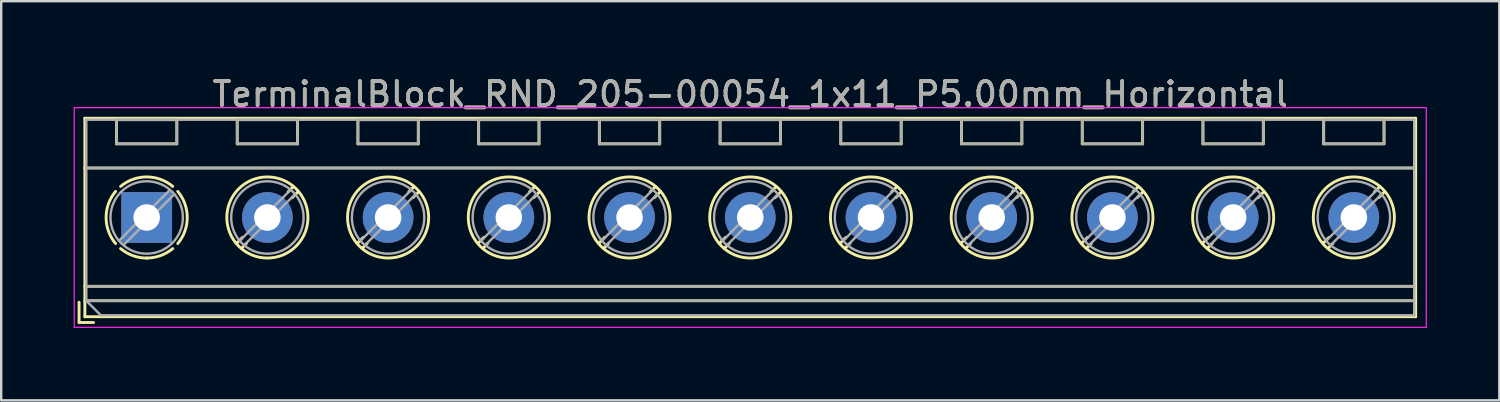
<source format=kicad_pcb>
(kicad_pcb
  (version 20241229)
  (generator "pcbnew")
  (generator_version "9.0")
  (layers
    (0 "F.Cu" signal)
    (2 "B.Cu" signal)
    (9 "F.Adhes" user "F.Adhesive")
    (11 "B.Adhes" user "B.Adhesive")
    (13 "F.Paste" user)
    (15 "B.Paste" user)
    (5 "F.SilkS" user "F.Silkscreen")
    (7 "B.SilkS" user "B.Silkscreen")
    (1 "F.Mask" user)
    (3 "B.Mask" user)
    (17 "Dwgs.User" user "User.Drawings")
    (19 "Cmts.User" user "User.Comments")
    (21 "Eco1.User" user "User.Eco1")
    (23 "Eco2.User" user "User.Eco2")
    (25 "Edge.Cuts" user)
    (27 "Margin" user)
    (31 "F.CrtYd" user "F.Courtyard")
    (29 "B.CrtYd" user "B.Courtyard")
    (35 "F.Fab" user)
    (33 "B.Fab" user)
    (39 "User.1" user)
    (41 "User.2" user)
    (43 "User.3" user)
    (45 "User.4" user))
  (footprint "TerminalBlock_RND_205-00054_1x11_P5.00mm_Horizontal"
    (layer "F.Cu")
    (at 3.025 5.958)
    (property "Reference" "TerminalBlock_RND_205-00054_1x11_P5.00mm_Horizontal" (at 25 -5.11 0) (layer "F.SilkS") (effects (font (size 1 1) (thickness 0.15))))
    (attr through_hole)
    (fp_line (start -2.8 3.51) (end -2.8 4.35) (stroke (width 0.12) (type solid)) (layer "F.SilkS"))
    (fp_line (start -2.8 4.35) (end -2.2 4.35) (stroke (width 0.12) (type solid)) (layer "F.SilkS"))
    (fp_line (start -2.56 -4.11) (end -2.56 4.11) (stroke (width 0.12) (type solid)) (layer "F.SilkS"))
    (fp_line (start -2.56 -4.11) (end 52.56 -4.11) (stroke (width 0.12) (type solid)) (layer "F.SilkS"))
    (fp_line (start -2.56 -2.05) (end 52.56 -2.05) (stroke (width 0.12) (type solid)) (layer "F.SilkS"))
    (fp_line (start -2.56 2.85) (end 52.56 2.85) (stroke (width 0.12) (type solid)) (layer "F.SilkS"))
    (fp_line (start -2.56 3.45) (end 52.56 3.45) (stroke (width 0.12) (type solid)) (layer "F.SilkS"))
    (fp_line (start -2.56 4.11) (end 52.56 4.11) (stroke (width 0.12) (type solid)) (layer "F.SilkS"))
    (fp_line (start -1.25 -4.05) (end -1.25 -3.05) (stroke (width 0.12) (type solid)) (layer "F.SilkS"))
    (fp_line (start -1.25 -4.05) (end 1.25 -4.05) (stroke (width 0.12) (type solid)) (layer "F.SilkS"))
    (fp_line (start -1.25 -3.05) (end 1.25 -3.05) (stroke (width 0.12) (type solid)) (layer "F.SilkS"))
    (fp_line (start 1.25 -4.05) (end 1.25 -3.05) (stroke (width 0.12) (type solid)) (layer "F.SilkS"))
    (fp_line (start 3.75 -4.05) (end 3.75 -3.05) (stroke (width 0.12) (type solid)) (layer "F.SilkS"))
    (fp_line (start 3.75 -4.05) (end 6.25 -4.05) (stroke (width 0.12) (type solid)) (layer "F.SilkS"))
    (fp_line (start 3.75 -3.05) (end 6.25 -3.05) (stroke (width 0.12) (type solid)) (layer "F.SilkS"))
    (fp_line (start 3.972 0.823) (end 3.726 1.069) (stroke (width 0.12) (type solid)) (layer "F.SilkS"))
    (fp_line (start 4.13 1.075) (end 3.931 1.274) (stroke (width 0.12) (type solid)) (layer "F.SilkS"))
    (fp_line (start 6.07 -1.275) (end 5.859 -1.064) (stroke (width 0.12) (type solid)) (layer "F.SilkS"))
    (fp_line (start 6.25 -4.05) (end 6.25 -3.05) (stroke (width 0.12) (type solid)) (layer "F.SilkS"))
    (fp_line (start 6.275 -1.069) (end 6.029 -0.823) (stroke (width 0.12) (type solid)) (layer "F.SilkS"))
    (fp_line (start 8.75 -4.05) (end 8.75 -3.05) (stroke (width 0.12) (type solid)) (layer "F.SilkS"))
    (fp_line (start 8.75 -4.05) (end 11.25 -4.05) (stroke (width 0.12) (type solid)) (layer "F.SilkS"))
    (fp_line (start 8.75 -3.05) (end 11.25 -3.05) (stroke (width 0.12) (type solid)) (layer "F.SilkS"))
    (fp_line (start 8.972 0.823) (end 8.726 1.069) (stroke (width 0.12) (type solid)) (layer "F.SilkS"))
    (fp_line (start 9.13 1.075) (end 8.931 1.274) (stroke (width 0.12) (type solid)) (layer "F.SilkS"))
    (fp_line (start 11.07 -1.275) (end 10.859 -1.064) (stroke (width 0.12) (type solid)) (layer "F.SilkS"))
    (fp_line (start 11.25 -4.05) (end 11.25 -3.05) (stroke (width 0.12) (type solid)) (layer "F.SilkS"))
    (fp_line (start 11.275 -1.069) (end 11.029 -0.823) (stroke (width 0.12) (type solid)) (layer "F.SilkS"))
    (fp_line (start 13.75 -4.05) (end 13.75 -3.05) (stroke (width 0.12) (type solid)) (layer "F.SilkS"))
    (fp_line (start 13.75 -4.05) (end 16.25 -4.05) (stroke (width 0.12) (type solid)) (layer "F.SilkS"))
    (fp_line (start 13.75 -3.05) (end 16.25 -3.05) (stroke (width 0.12) (type solid)) (layer "F.SilkS"))
    (fp_line (start 13.972 0.823) (end 13.726 1.069) (stroke (width 0.12) (type solid)) (layer "F.SilkS"))
    (fp_line (start 14.13 1.075) (end 13.931 1.274) (stroke (width 0.12) (type solid)) (layer "F.SilkS"))
    (fp_line (start 16.07 -1.275) (end 15.859 -1.064) (stroke (width 0.12) (type solid)) (layer "F.SilkS"))
    (fp_line (start 16.25 -4.05) (end 16.25 -3.05) (stroke (width 0.12) (type solid)) (layer "F.SilkS"))
    (fp_line (start 16.275 -1.069) (end 16.029 -0.823) (stroke (width 0.12) (type solid)) (layer "F.SilkS"))
    (fp_line (start 18.75 -4.05) (end 18.75 -3.05) (stroke (width 0.12) (type solid)) (layer "F.SilkS"))
    (fp_line (start 18.75 -4.05) (end 21.25 -4.05) (stroke (width 0.12) (type solid)) (layer "F.SilkS"))
    (fp_line (start 18.75 -3.05) (end 21.25 -3.05) (stroke (width 0.12) (type solid)) (layer "F.SilkS"))
    (fp_line (start 18.972 0.823) (end 18.726 1.069) (stroke (width 0.12) (type solid)) (layer "F.SilkS"))
    (fp_line (start 19.13 1.075) (end 18.931 1.274) (stroke (width 0.12) (type solid)) (layer "F.SilkS"))
    (fp_line (start 21.07 -1.275) (end 20.859 -1.064) (stroke (width 0.12) (type solid)) (layer "F.SilkS"))
    (fp_line (start 21.25 -4.05) (end 21.25 -3.05) (stroke (width 0.12) (type solid)) (layer "F.SilkS"))
    (fp_line (start 21.275 -1.069) (end 21.029 -0.823) (stroke (width 0.12) (type solid)) (layer "F.SilkS"))
    (fp_line (start 23.75 -4.05) (end 23.75 -3.05) (stroke (width 0.12) (type solid)) (layer "F.SilkS"))
    (fp_line (start 23.75 -4.05) (end 26.25 -4.05) (stroke (width 0.12) (type solid)) (layer "F.SilkS"))
    (fp_line (start 23.75 -3.05) (end 26.25 -3.05) (stroke (width 0.12) (type solid)) (layer "F.SilkS"))
    (fp_line (start 23.972 0.823) (end 23.726 1.069) (stroke (width 0.12) (type solid)) (layer "F.SilkS"))
    (fp_line (start 24.13 1.075) (end 23.931 1.274) (stroke (width 0.12) (type solid)) (layer "F.SilkS"))
    (fp_line (start 26.07 -1.275) (end 25.859 -1.064) (stroke (width 0.12) (type solid)) (layer "F.SilkS"))
    (fp_line (start 26.25 -4.05) (end 26.25 -3.05) (stroke (width 0.12) (type solid)) (layer "F.SilkS"))
    (fp_line (start 26.275 -1.069) (end 26.029 -0.823) (stroke (width 0.12) (type solid)) (layer "F.SilkS"))
    (fp_line (start 28.75 -4.05) (end 28.75 -3.05) (stroke (width 0.12) (type solid)) (layer "F.SilkS"))
    (fp_line (start 28.75 -4.05) (end 31.25 -4.05) (stroke (width 0.12) (type solid)) (layer "F.SilkS"))
    (fp_line (start 28.75 -3.05) (end 31.25 -3.05) (stroke (width 0.12) (type solid)) (layer "F.SilkS"))
    (fp_line (start 28.972 0.823) (end 28.726 1.069) (stroke (width 0.12) (type solid)) (layer "F.SilkS"))
    (fp_line (start 29.13 1.075) (end 28.931 1.274) (stroke (width 0.12) (type solid)) (layer "F.SilkS"))
    (fp_line (start 31.07 -1.275) (end 30.859 -1.064) (stroke (width 0.12) (type solid)) (layer "F.SilkS"))
    (fp_line (start 31.25 -4.05) (end 31.25 -3.05) (stroke (width 0.12) (type solid)) (layer "F.SilkS"))
    (fp_line (start 31.275 -1.069) (end 31.029 -0.823) (stroke (width 0.12) (type solid)) (layer "F.SilkS"))
    (fp_line (start 33.75 -4.05) (end 33.75 -3.05) (stroke (width 0.12) (type solid)) (layer "F.SilkS"))
    (fp_line (start 33.75 -4.05) (end 36.25 -4.05) (stroke (width 0.12) (type solid)) (layer "F.SilkS"))
    (fp_line (start 33.75 -3.05) (end 36.25 -3.05) (stroke (width 0.12) (type solid)) (layer "F.SilkS"))
    (fp_line (start 33.972 0.823) (end 33.726 1.069) (stroke (width 0.12) (type solid)) (layer "F.SilkS"))
    (fp_line (start 34.13 1.075) (end 33.931 1.274) (stroke (width 0.12) (type solid)) (layer "F.SilkS"))
    (fp_line (start 36.07 -1.275) (end 35.859 -1.064) (stroke (width 0.12) (type solid)) (layer "F.SilkS"))
    (fp_line (start 36.25 -4.05) (end 36.25 -3.05) (stroke (width 0.12) (type solid)) (layer "F.SilkS"))
    (fp_line (start 36.275 -1.069) (end 36.029 -0.823) (stroke (width 0.12) (type solid)) (layer "F.SilkS"))
    (fp_line (start 38.75 -4.05) (end 38.75 -3.05) (stroke (width 0.12) (type solid)) (layer "F.SilkS"))
    (fp_line (start 38.75 -4.05) (end 41.25 -4.05) (stroke (width 0.12) (type solid)) (layer "F.SilkS"))
    (fp_line (start 38.75 -3.05) (end 41.25 -3.05) (stroke (width 0.12) (type solid)) (layer "F.SilkS"))
    (fp_line (start 38.972 0.823) (end 38.726 1.069) (stroke (width 0.12) (type solid)) (layer "F.SilkS"))
    (fp_line (start 39.13 1.075) (end 38.931 1.274) (stroke (width 0.12) (type solid)) (layer "F.SilkS"))
    (fp_line (start 41.07 -1.275) (end 40.859 -1.064) (stroke (width 0.12) (type solid)) (layer "F.SilkS"))
    (fp_line (start 41.25 -4.05) (end 41.25 -3.05) (stroke (width 0.12) (type solid)) (layer "F.SilkS"))
    (fp_line (start 41.275 -1.069) (end 41.029 -0.823) (stroke (width 0.12) (type solid)) (layer "F.SilkS"))
    (fp_line (start 43.75 -4.05) (end 43.75 -3.05) (stroke (width 0.12) (type solid)) (layer "F.SilkS"))
    (fp_line (start 43.75 -4.05) (end 46.25 -4.05) (stroke (width 0.12) (type solid)) (layer "F.SilkS"))
    (fp_line (start 43.75 -3.05) (end 46.25 -3.05) (stroke (width 0.12) (type solid)) (layer "F.SilkS"))
    (fp_line (start 43.972 0.823) (end 43.726 1.069) (stroke (width 0.12) (type solid)) (layer "F.SilkS"))
    (fp_line (start 44.13 1.075) (end 43.931 1.274) (stroke (width 0.12) (type solid)) (layer "F.SilkS"))
    (fp_line (start 46.07 -1.275) (end 45.859 -1.064) (stroke (width 0.12) (type solid)) (layer "F.SilkS"))
    (fp_line (start 46.25 -4.05) (end 46.25 -3.05) (stroke (width 0.12) (type solid)) (layer "F.SilkS"))
    (fp_line (start 46.275 -1.069) (end 46.029 -0.823) (stroke (width 0.12) (type solid)) (layer "F.SilkS"))
    (fp_line (start 48.75 -4.05) (end 48.75 -3.05) (stroke (width 0.12) (type solid)) (layer "F.SilkS"))
    (fp_line (start 48.75 -4.05) (end 51.25 -4.05) (stroke (width 0.12) (type solid)) (layer "F.SilkS"))
    (fp_line (start 48.75 -3.05) (end 51.25 -3.05) (stroke (width 0.12) (type solid)) (layer "F.SilkS"))
    (fp_line (start 48.972 0.823) (end 48.726 1.069) (stroke (width 0.12) (type solid)) (layer "F.SilkS"))
    (fp_line (start 49.13 1.075) (end 48.931 1.274) (stroke (width 0.12) (type solid)) (layer "F.SilkS"))
    (fp_line (start 51.07 -1.275) (end 50.859 -1.064) (stroke (width 0.12) (type solid)) (layer "F.SilkS"))
    (fp_line (start 51.25 -4.05) (end 51.25 -3.05) (stroke (width 0.12) (type solid)) (layer "F.SilkS"))
    (fp_line (start 51.275 -1.069) (end 51.029 -0.823) (stroke (width 0.12) (type solid)) (layer "F.SilkS"))
    (fp_line (start 52.56 -4.11) (end 52.56 4.11) (stroke (width 0.12) (type solid)) (layer "F.SilkS"))
    (fp_arc (start -1.288062 1.079734) (mid -1.680752 -0.000826) (end -1.287 -1.081) (stroke (width 0.12) (type solid)) (layer "F.SilkS"))
    (fp_arc (start -1.079908 -1.287078) (mid 0.00006 -1.68011) (end 1.08 -1.287) (stroke (width 0.12) (type solid)) (layer "F.SilkS"))
    (fp_arc (start 0.028507 1.680511) (mid -0.561826 1.584071) (end -1.081 1.287) (stroke (width 0.12) (type solid)) (layer "F.SilkS"))
    (fp_arc (start 1.079883 1.286955) (mid 0.574594 1.578684) (end 0 1.68) (stroke (width 0.12) (type solid)) (layer "F.SilkS"))
    (fp_arc (start 1.287078 -1.079908) (mid 1.68011 0.00006) (end 1.287 1.08) (stroke (width 0.12) (type solid)) (layer "F.SilkS"))
    (fp_circle (center 5 0) (end 6.68 0) (stroke (width 0.12) (type solid)) (fill no) (layer "F.SilkS"))
    (fp_circle (center 10 0) (end 11.68 0) (stroke (width 0.12) (type solid)) (fill no) (layer "F.SilkS"))
    (fp_circle (center 15 0) (end 16.68 0) (stroke (width 0.12) (type solid)) (fill no) (layer "F.SilkS"))
    (fp_circle (center 20 0) (end 21.68 0) (stroke (width 0.12) (type solid)) (fill no) (layer "F.SilkS"))
    (fp_circle (center 25 0) (end 26.68 0) (stroke (width 0.12) (type solid)) (fill no) (layer "F.SilkS"))
    (fp_circle (center 30 0) (end 31.68 0) (stroke (width 0.12) (type solid)) (fill no) (layer "F.SilkS"))
    (fp_circle (center 35 0) (end 36.68 0) (stroke (width 0.12) (type solid)) (fill no) (layer "F.SilkS"))
    (fp_circle (center 40 0) (end 41.68 0) (stroke (width 0.12) (type solid)) (fill no) (layer "F.SilkS"))
    (fp_circle (center 45 0) (end 46.68 0) (stroke (width 0.12) (type solid)) (fill no) (layer "F.SilkS"))
    (fp_circle (center 50 0) (end 51.68 0) (stroke (width 0.12) (type solid)) (fill no) (layer "F.SilkS"))
    (fp_line (start -3 -4.55) (end -3 4.55) (stroke (width 0.05) (type solid)) (layer "F.CrtYd"))
    (fp_line (start -3 4.55) (end 53 4.55) (stroke (width 0.05) (type solid)) (layer "F.CrtYd"))
    (fp_line (start 53 -4.55) (end -3 -4.55) (stroke (width 0.05) (type solid)) (layer "F.CrtYd"))
    (fp_line (start 53 4.55) (end 53 -4.55) (stroke (width 0.05) (type solid)) (layer "F.CrtYd"))
    (fp_line (start -2.5 -4.05) (end 52.5 -4.05) (stroke (width 0.1) (type solid)) (layer "F.Fab"))
    (fp_line (start -2.5 -2.05) (end 52.5 -2.05) (stroke (width 0.1) (type solid)) (layer "F.Fab"))
    (fp_line (start -2.5 2.85) (end 52.5 2.85) (stroke (width 0.1) (type solid)) (layer "F.Fab"))
    (fp_line (start -2.5 3.45) (end -2.5 -4.05) (stroke (width 0.1) (type solid)) (layer "F.Fab"))
    (fp_line (start -2.5 3.45) (end 52.5 3.45) (stroke (width 0.1) (type solid)) (layer "F.Fab"))
    (fp_line (start -1.9 4.05) (end -2.5 3.45) (stroke (width 0.1) (type solid)) (layer "F.Fab"))
    (fp_line (start -1.25 -4.05) (end -1.25 -3.05) (stroke (width 0.1) (type solid)) (layer "F.Fab"))
    (fp_line (start -1.25 -3.05) (end 1.25 -3.05) (stroke (width 0.1) (type solid)) (layer "F.Fab"))
    (fp_line (start 0.955 -1.138) (end -1.138 0.955) (stroke (width 0.1) (type solid)) (layer "F.Fab"))
    (fp_line (start 1.138 -0.955) (end -0.955 1.138) (stroke (width 0.1) (type solid)) (layer "F.Fab"))
    (fp_line (start 1.25 -4.05) (end -1.25 -4.05) (stroke (width 0.1) (type solid)) (layer "F.Fab"))
    (fp_line (start 1.25 -3.05) (end 1.25 -4.05) (stroke (width 0.1) (type solid)) (layer "F.Fab"))
    (fp_line (start 3.75 -4.05) (end 3.75 -3.05) (stroke (width 0.1) (type solid)) (layer "F.Fab"))
    (fp_line (start 3.75 -3.05) (end 6.25 -3.05) (stroke (width 0.1) (type solid)) (layer "F.Fab"))
    (fp_line (start 5.955 -1.138) (end 3.863 0.955) (stroke (width 0.1) (type solid)) (layer "F.Fab"))
    (fp_line (start 6.138 -0.955) (end 4.046 1.138) (stroke (width 0.1) (type solid)) (layer "F.Fab"))
    (fp_line (start 6.25 -4.05) (end 3.75 -4.05) (stroke (width 0.1) (type solid)) (layer "F.Fab"))
    (fp_line (start 6.25 -3.05) (end 6.25 -4.05) (stroke (width 0.1) (type solid)) (layer "F.Fab"))
    (fp_line (start 8.75 -4.05) (end 8.75 -3.05) (stroke (width 0.1) (type solid)) (layer "F.Fab"))
    (fp_line (start 8.75 -3.05) (end 11.25 -3.05) (stroke (width 0.1) (type solid)) (layer "F.Fab"))
    (fp_line (start 10.955 -1.138) (end 8.863 0.955) (stroke (width 0.1) (type solid)) (layer "F.Fab"))
    (fp_line (start 11.138 -0.955) (end 9.046 1.138) (stroke (width 0.1) (type solid)) (layer "F.Fab"))
    (fp_line (start 11.25 -4.05) (end 8.75 -4.05) (stroke (width 0.1) (type solid)) (layer "F.Fab"))
    (fp_line (start 11.25 -3.05) (end 11.25 -4.05) (stroke (width 0.1) (type solid)) (layer "F.Fab"))
    (fp_line (start 13.75 -4.05) (end 13.75 -3.05) (stroke (width 0.1) (type solid)) (layer "F.Fab"))
    (fp_line (start 13.75 -3.05) (end 16.25 -3.05) (stroke (width 0.1) (type solid)) (layer "F.Fab"))
    (fp_line (start 15.955 -1.138) (end 13.863 0.955) (stroke (width 0.1) (type solid)) (layer "F.Fab"))
    (fp_line (start 16.138 -0.955) (end 14.046 1.138) (stroke (width 0.1) (type solid)) (layer "F.Fab"))
    (fp_line (start 16.25 -4.05) (end 13.75 -4.05) (stroke (width 0.1) (type solid)) (layer "F.Fab"))
    (fp_line (start 16.25 -3.05) (end 16.25 -4.05) (stroke (width 0.1) (type solid)) (layer "F.Fab"))
    (fp_line (start 18.75 -4.05) (end 18.75 -3.05) (stroke (width 0.1) (type solid)) (layer "F.Fab"))
    (fp_line (start 18.75 -3.05) (end 21.25 -3.05) (stroke (width 0.1) (type solid)) (layer "F.Fab"))
    (fp_line (start 20.955 -1.138) (end 18.863 0.955) (stroke (width 0.1) (type solid)) (layer "F.Fab"))
    (fp_line (start 21.138 -0.955) (end 19.046 1.138) (stroke (width 0.1) (type solid)) (layer "F.Fab"))
    (fp_line (start 21.25 -4.05) (end 18.75 -4.05) (stroke (width 0.1) (type solid)) (layer "F.Fab"))
    (fp_line (start 21.25 -3.05) (end 21.25 -4.05) (stroke (width 0.1) (type solid)) (layer "F.Fab"))
    (fp_line (start 23.75 -4.05) (end 23.75 -3.05) (stroke (width 0.1) (type solid)) (layer "F.Fab"))
    (fp_line (start 23.75 -3.05) (end 26.25 -3.05) (stroke (width 0.1) (type solid)) (layer "F.Fab"))
    (fp_line (start 25.955 -1.138) (end 23.863 0.955) (stroke (width 0.1) (type solid)) (layer "F.Fab"))
    (fp_line (start 26.138 -0.955) (end 24.046 1.138) (stroke (width 0.1) (type solid)) (layer "F.Fab"))
    (fp_line (start 26.25 -4.05) (end 23.75 -4.05) (stroke (width 0.1) (type solid)) (layer "F.Fab"))
    (fp_line (start 26.25 -3.05) (end 26.25 -4.05) (stroke (width 0.1) (type solid)) (layer "F.Fab"))
    (fp_line (start 28.75 -4.05) (end 28.75 -3.05) (stroke (width 0.1) (type solid)) (layer "F.Fab"))
    (fp_line (start 28.75 -3.05) (end 31.25 -3.05) (stroke (width 0.1) (type solid)) (layer "F.Fab"))
    (fp_line (start 30.955 -1.138) (end 28.863 0.955) (stroke (width 0.1) (type solid)) (layer "F.Fab"))
    (fp_line (start 31.138 -0.955) (end 29.046 1.138) (stroke (width 0.1) (type solid)) (layer "F.Fab"))
    (fp_line (start 31.25 -4.05) (end 28.75 -4.05) (stroke (width 0.1) (type solid)) (layer "F.Fab"))
    (fp_line (start 31.25 -3.05) (end 31.25 -4.05) (stroke (width 0.1) (type solid)) (layer "F.Fab"))
    (fp_line (start 33.75 -4.05) (end 33.75 -3.05) (stroke (width 0.1) (type solid)) (layer "F.Fab"))
    (fp_line (start 33.75 -3.05) (end 36.25 -3.05) (stroke (width 0.1) (type solid)) (layer "F.Fab"))
    (fp_line (start 35.955 -1.138) (end 33.863 0.955) (stroke (width 0.1) (type solid)) (layer "F.Fab"))
    (fp_line (start 36.138 -0.955) (end 34.046 1.138) (stroke (width 0.1) (type solid)) (layer "F.Fab"))
    (fp_line (start 36.25 -4.05) (end 33.75 -4.05) (stroke (width 0.1) (type solid)) (layer "F.Fab"))
    (fp_line (start 36.25 -3.05) (end 36.25 -4.05) (stroke (width 0.1) (type solid)) (layer "F.Fab"))
    (fp_line (start 38.75 -4.05) (end 38.75 -3.05) (stroke (width 0.1) (type solid)) (layer "F.Fab"))
    (fp_line (start 38.75 -3.05) (end 41.25 -3.05) (stroke (width 0.1) (type solid)) (layer "F.Fab"))
    (fp_line (start 40.955 -1.138) (end 38.863 0.955) (stroke (width 0.1) (type solid)) (layer "F.Fab"))
    (fp_line (start 41.138 -0.955) (end 39.046 1.138) (stroke (width 0.1) (type solid)) (layer "F.Fab"))
    (fp_line (start 41.25 -4.05) (end 38.75 -4.05) (stroke (width 0.1) (type solid)) (layer "F.Fab"))
    (fp_line (start 41.25 -3.05) (end 41.25 -4.05) (stroke (width 0.1) (type solid)) (layer "F.Fab"))
    (fp_line (start 43.75 -4.05) (end 43.75 -3.05) (stroke (width 0.1) (type solid)) (layer "F.Fab"))
    (fp_line (start 43.75 -3.05) (end 46.25 -3.05) (stroke (width 0.1) (type solid)) (layer "F.Fab"))
    (fp_line (start 45.955 -1.138) (end 43.863 0.955) (stroke (width 0.1) (type solid)) (layer "F.Fab"))
    (fp_line (start 46.138 -0.955) (end 44.046 1.138) (stroke (width 0.1) (type solid)) (layer "F.Fab"))
    (fp_line (start 46.25 -4.05) (end 43.75 -4.05) (stroke (width 0.1) (type solid)) (layer "F.Fab"))
    (fp_line (start 46.25 -3.05) (end 46.25 -4.05) (stroke (width 0.1) (type solid)) (layer "F.Fab"))
    (fp_line (start 48.75 -4.05) (end 48.75 -3.05) (stroke (width 0.1) (type solid)) (layer "F.Fab"))
    (fp_line (start 48.75 -3.05) (end 51.25 -3.05) (stroke (width 0.1) (type solid)) (layer "F.Fab"))
    (fp_line (start 50.955 -1.138) (end 48.863 0.955) (stroke (width 0.1) (type solid)) (layer "F.Fab"))
    (fp_line (start 51.138 -0.955) (end 49.046 1.138) (stroke (width 0.1) (type solid)) (layer "F.Fab"))
    (fp_line (start 51.25 -4.05) (end 48.75 -4.05) (stroke (width 0.1) (type solid)) (layer "F.Fab"))
    (fp_line (start 51.25 -3.05) (end 51.25 -4.05) (stroke (width 0.1) (type solid)) (layer "F.Fab"))
    (fp_line (start 52.5 -4.05) (end 52.5 4.05) (stroke (width 0.1) (type solid)) (layer "F.Fab"))
    (fp_line (start 52.5 4.05) (end -1.9 4.05) (stroke (width 0.1) (type solid)) (layer "F.Fab"))
    (fp_circle (center 0 0) (end 1.5 0) (stroke (width 0.1) (type solid)) (fill no) (layer "F.Fab"))
    (fp_circle (center 5 0) (end 6.5 0) (stroke (width 0.1) (type solid)) (fill no) (layer "F.Fab"))
    (fp_circle (center 10 0) (end 11.5 0) (stroke (width 0.1) (type solid)) (fill no) (layer "F.Fab"))
    (fp_circle (center 15 0) (end 16.5 0) (stroke (width 0.1) (type solid)) (fill no) (layer "F.Fab"))
    (fp_circle (center 20 0) (end 21.5 0) (stroke (width 0.1) (type solid)) (fill no) (layer "F.Fab"))
    (fp_circle (center 25 0) (end 26.5 0) (stroke (width 0.1) (type solid)) (fill no) (layer "F.Fab"))
    (fp_circle (center 30 0) (end 31.5 0) (stroke (width 0.1) (type solid)) (fill no) (layer "F.Fab"))
    (fp_circle (center 35 0) (end 36.5 0) (stroke (width 0.1) (type solid)) (fill no) (layer "F.Fab"))
    (fp_circle (center 40 0) (end 41.5 0) (stroke (width 0.1) (type solid)) (fill no) (layer "F.Fab"))
    (fp_circle (center 45 0) (end 46.5 0) (stroke (width 0.1) (type solid)) (fill no) (layer "F.Fab"))
    (fp_circle (center 50 0) (end 51.5 0) (stroke (width 0.1) (type solid)) (fill no) (layer "F.Fab"))
    (fp_text user "${REFERENCE}" (at 25 -5.11 0) (layer "F.Fab") (effects (font (size 1 1) (thickness 0.15))))
    (pad "1" thru_hole rect (at 0 0) (size 2.1 2.1) (drill 1.1) (layers "*.Cu" "*.Mask"))
    (pad "2" thru_hole circle (at 5 0) (size 2.1 2.1) (drill 1.1) (layers "*.Cu" "*.Mask"))
    (pad "3" thru_hole circle (at 10 0) (size 2.1 2.1) (drill 1.1) (layers "*.Cu" "*.Mask"))
    (pad "4" thru_hole circle (at 15 0) (size 2.1 2.1) (drill 1.1) (layers "*.Cu" "*.Mask"))
    (pad "5" thru_hole circle (at 20 0) (size 2.1 2.1) (drill 1.1) (layers "*.Cu" "*.Mask"))
    (pad "6" thru_hole circle (at 25 0) (size 2.1 2.1) (drill 1.1) (layers "*.Cu" "*.Mask"))
    (pad "7" thru_hole circle (at 30 0) (size 2.1 2.1) (drill 1.1) (layers "*.Cu" "*.Mask"))
    (pad "8" thru_hole circle (at 35 0) (size 2.1 2.1) (drill 1.1) (layers "*.Cu" "*.Mask"))
    (pad "9" thru_hole circle (at 40 0) (size 2.1 2.1) (drill 1.1) (layers "*.Cu" "*.Mask"))
    (pad "10" thru_hole circle (at 45 0) (size 2.1 2.1) (drill 1.1) (layers "*.Cu" "*.Mask"))
    (pad "11" thru_hole circle (at 50 0) (size 2.1 2.1) (drill 1.1) (layers "*.Cu" "*.Mask")))
  (gr_rect
    (start -3 -3)
    (end 59.05 13.533)
    (stroke (width 0.1) (type default))
    (fill no)
    (layer "Edge.Cuts")))
</source>
